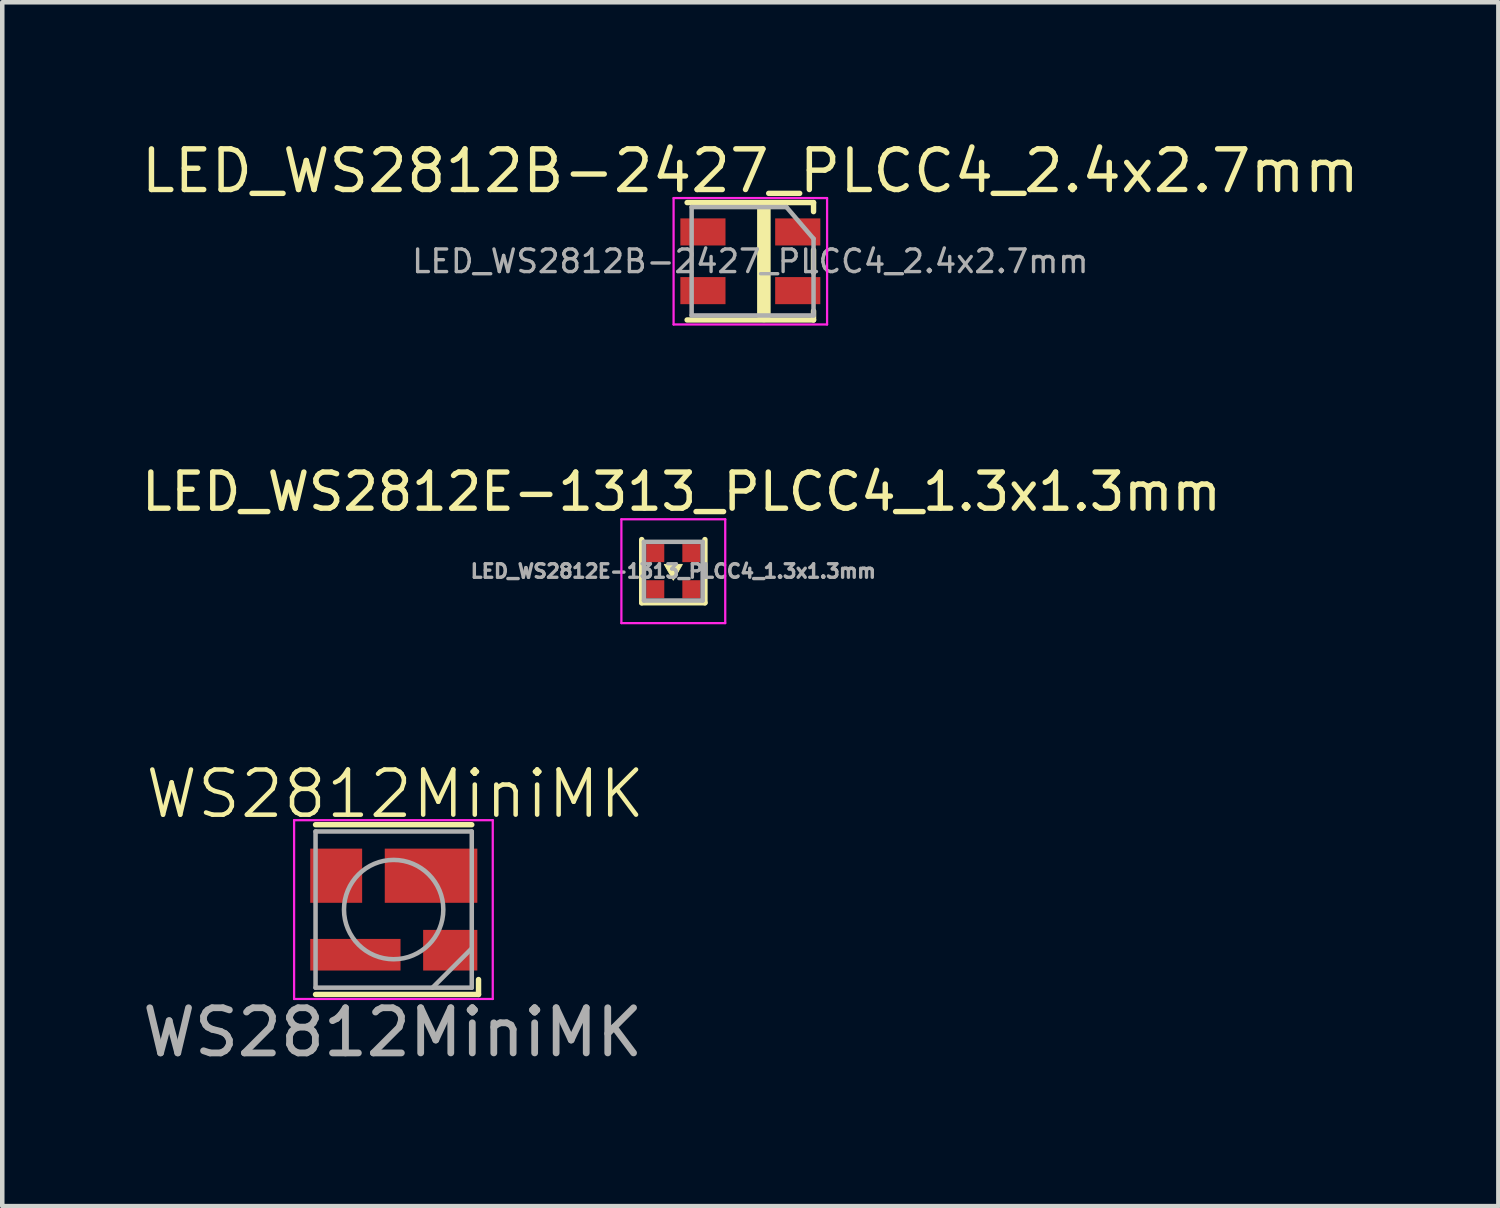
<source format=kicad_pcb>
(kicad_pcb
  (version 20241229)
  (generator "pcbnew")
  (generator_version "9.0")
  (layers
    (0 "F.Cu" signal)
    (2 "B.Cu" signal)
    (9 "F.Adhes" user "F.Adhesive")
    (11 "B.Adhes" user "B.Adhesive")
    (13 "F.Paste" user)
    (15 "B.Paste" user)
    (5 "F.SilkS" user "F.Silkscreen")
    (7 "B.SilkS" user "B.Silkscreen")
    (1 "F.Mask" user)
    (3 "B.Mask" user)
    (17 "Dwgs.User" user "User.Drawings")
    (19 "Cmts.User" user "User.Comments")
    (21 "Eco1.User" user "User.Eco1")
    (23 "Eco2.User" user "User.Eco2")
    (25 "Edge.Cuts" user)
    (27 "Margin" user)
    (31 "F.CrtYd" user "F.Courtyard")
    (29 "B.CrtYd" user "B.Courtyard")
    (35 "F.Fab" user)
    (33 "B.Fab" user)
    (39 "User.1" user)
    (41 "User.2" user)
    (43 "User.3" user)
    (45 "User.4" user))
  (footprint "WS2812MiniMK"
    (layer "F.Cu")
    (at 5.664 17.096)
    (property "Reference" "WS2812MiniMK" (at 0.04 -2.56 0) (unlocked yes) (layer "F.SilkS") (effects (font (size 1 1) (thickness 0.1))))
    (attr smd)
    (fp_line (start -1.725 -1.88) (end 1.735 -1.88) (stroke (width 0.12) (type solid)) (layer "F.SilkS"))
    (fp_line (start -1.725 1.88) (end 1.885 1.88) (stroke (width 0.12) (type solid)) (layer "F.SilkS"))
    (fp_line (start 1.885 1.88) (end 1.885 1.55) (stroke (width 0.12) (type solid)) (layer "F.SilkS"))
    (fp_line (start -2.2 -1.98) (end -2.2 1.98) (stroke (width 0.05) (type solid)) (layer "F.CrtYd"))
    (fp_line (start -2.2 1.98) (end 2.2 1.98) (stroke (width 0.05) (type solid)) (layer "F.CrtYd"))
    (fp_line (start 2.2 -1.98) (end -2.2 -1.98) (stroke (width 0.05) (type solid)) (layer "F.CrtYd"))
    (fp_line (start 2.2 1.98) (end 2.2 -1.98) (stroke (width 0.05) (type solid)) (layer "F.CrtYd"))
    (fp_line (start -1.725 -1.73) (end -1.725 1.73) (stroke (width 0.1) (type solid)) (layer "F.Fab"))
    (fp_line (start -1.725 1.73) (end 1.735 1.73) (stroke (width 0.1) (type solid)) (layer "F.Fab"))
    (fp_line (start 1.735 -1.73) (end -1.725 -1.73) (stroke (width 0.1) (type solid)) (layer "F.Fab"))
    (fp_line (start 1.735 0.86) (end 0.865 1.73) (stroke (width 0.1) (type solid)) (layer "F.Fab"))
    (fp_line (start 1.735 1.73) (end 1.735 -1.73) (stroke (width 0.1) (type solid)) (layer "F.Fab"))
    (fp_circle (center 0.005 0) (end 1.105 0) (stroke (width 0.1) (type solid)) (fill no) (layer "F.Fab"))
    (fp_text user "${REFERENCE}" (at -0.015 2.72 0) (unlocked yes) (layer "F.Fab") (effects (font (size 1 1) (thickness 0.15))))
    (pad "1" smd rect (at 1.258 0.9) (size 1.2 0.9) (layers "F.Cu" "F.Mask" "F.Paste"))
    (pad "2" smd rect (at 0.833 -0.75) (size 2.05 1.2) (layers "F.Cu" "F.Mask" "F.Paste"))
    (pad "3" smd rect (at -1.268 -0.75) (size 1.15 1.2) (layers "F.Cu" "F.Mask" "F.Paste"))
    (pad "4" smd rect (at -0.843 1) (size 2 0.7) (layers "F.Cu" "F.Mask" "F.Paste")))
  (footprint "LED_WS2812E-1313_PLCC4_1.3x1.3mm"
    (layer "F.Cu")
    (at 11.863 9.601)
    (property "Reference" "LED_WS2812E-1313_PLCC4_1.3x1.3mm" (at 0.18 -1.76 0) (layer "F.SilkS") (effects (font (size 0.8 0.8) (thickness 0.12) (bold yes))))
    (attr smd)
    (fp_line (start -0.7 -0.7) (end -0.7 0.7) (stroke (width 0.12) (type solid)) (layer "F.SilkS"))
    (fp_line (start -0.7 0.7) (end 0.7 0.7) (stroke (width 0.12) (type solid)) (layer "F.SilkS"))
    (fp_line (start 0.7 -0.7) (end 0.7 0.7) (stroke (width 0.12) (type solid)) (layer "F.SilkS"))
    (fp_poly (pts (xy 0 0.2) (xy -0.2 -0.15) (xy 0.2 -0.15) (xy 0 0.2)) (stroke (width 0.02) (type solid)) (fill yes) (layer "F.SilkS"))
    (fp_line (start -1.15 -1.15) (end -1.15 1.15) (stroke (width 0.05) (type solid)) (layer "F.CrtYd"))
    (fp_line (start -1.15 1.15) (end 1.15 1.15) (stroke (width 0.05) (type solid)) (layer "F.CrtYd"))
    (fp_line (start 1.15 -1.15) (end -1.15 -1.15) (stroke (width 0.05) (type solid)) (layer "F.CrtYd"))
    (fp_line (start 1.15 1.15) (end 1.15 -1.15) (stroke (width 0.05) (type solid)) (layer "F.CrtYd"))
    (fp_line (start -0.65 -0.65) (end 0.65 -0.65) (stroke (width 0.1) (type solid)) (layer "F.Fab"))
    (fp_line (start -0.65 0.65) (end -0.65 -0.65) (stroke (width 0.1) (type solid)) (layer "F.Fab"))
    (fp_line (start -0.65 0.65) (end 0.65 0.65) (stroke (width 0.1) (type solid)) (layer "F.Fab"))
    (fp_line (start 0.65 0.65) (end 0.65 -0.65) (stroke (width 0.1) (type solid)) (layer "F.Fab"))
    (fp_text user "${REFERENCE}" (at 0 0 0) (layer "F.Fab") (effects (font (size 0.3 0.3) (thickness 0.075))))
    (pad "1" smd rect (at -0.4 -0.4) (size 0.4 0.4) (layers "F.Cu" "F.Mask" "F.Paste"))
    (pad "2" smd rect (at -0.4 0.4) (size 0.4 0.4) (layers "F.Cu" "F.Mask" "F.Paste"))
    (pad "3" smd rect (at 0.4 0.4) (size 0.4 0.4) (layers "F.Cu" "F.Mask" "F.Paste"))
    (pad "4" smd rect (at 0.4 -0.4) (size 0.4 0.4) (layers "F.Cu" "F.Mask" "F.Paste")))
  (footprint "LED_WS2812B-2427_PLCC4_2.4x2.7mm"
    (layer "F.Cu")
    (at 13.569 2.737)
    (property "Reference" "LED_WS2812B-2427_PLCC4_2.4x2.7mm" (at 0 -2 0) (layer "F.SilkS") (effects (font (size 0.9 0.9) (thickness 0.12) (bold yes))))
    (attr smd)
    (fp_line (start -1.4 -1.3) (end 1.4 -1.3) (stroke (width 0.12) (type solid)) (layer "F.SilkS"))
    (fp_line (start -1.4 1.3) (end 1.4 1.3) (stroke (width 0.12) (type solid)) (layer "F.SilkS"))
    (fp_line (start 0.3 -1.2) (end 0.3 1.2) (stroke (width 0.3) (type solid)) (layer "F.SilkS"))
    (fp_line (start 1.4 -1.3) (end 1.4 -1.1) (stroke (width 0.12) (type solid)) (layer "F.SilkS"))
    (fp_line (start 1.4 -0.25) (end 1.4 0.25) (stroke (width 0.12) (type solid)) (layer "F.SilkS"))
    (fp_line (start 1.4 1.1) (end 1.4 1.3) (stroke (width 0.12) (type solid)) (layer "F.SilkS"))
    (fp_line (start -1.7 -1.4) (end -1.7 1.4) (stroke (width 0.05) (type solid)) (layer "F.CrtYd"))
    (fp_line (start -1.7 1.4) (end 1.7 1.4) (stroke (width 0.05) (type solid)) (layer "F.CrtYd"))
    (fp_line (start 1.7 -1.4) (end -1.7 -1.4) (stroke (width 0.05) (type solid)) (layer "F.CrtYd"))
    (fp_line (start 1.7 1.4) (end 1.7 -1.4) (stroke (width 0.05) (type solid)) (layer "F.CrtYd"))
    (fp_line (start -1.3 -1.2) (end -1.3 1.2) (stroke (width 0.1) (type solid)) (layer "F.Fab"))
    (fp_line (start -1.3 1.2) (end 1.4 1.2) (stroke (width 0.1) (type solid)) (layer "F.Fab"))
    (fp_line (start 0.8 -1.2) (end -1.3 -1.2) (stroke (width 0.1) (type solid)) (layer "F.Fab"))
    (fp_line (start 0.8 -1.2) (end 1.4 -0.5) (stroke (width 0.1) (type solid)) (layer "F.Fab"))
    (fp_line (start 1.4 -0.5) (end 1.4 1.2) (stroke (width 0.1) (type solid)) (layer "F.Fab"))
    (fp_text user "${REFERENCE}" (at 0 0 0) (layer "F.Fab") (effects (font (size 0.5 0.5) (thickness 0.075))))
    (pad "1" smd rect (at -1.05 -0.65) (size 1 0.6) (layers "F.Cu" "F.Mask" "F.Paste"))
    (pad "2" smd rect (at -1.05 0.65) (size 1 0.6) (layers "F.Cu" "F.Mask" "F.Paste"))
    (pad "3" smd rect (at 1.05 0.65) (size 1 0.6) (layers "F.Cu" "F.Mask" "F.Paste"))
    (pad "4" smd rect (at 1.05 -0.65) (size 1 0.6) (layers "F.Cu" "F.Mask" "F.Paste")))
  (gr_rect
    (start -3 -3)
    (end 30.137 23.664)
    (stroke (width 0.1) (type default))
    (fill no)
    (layer "Edge.Cuts")))
</source>
